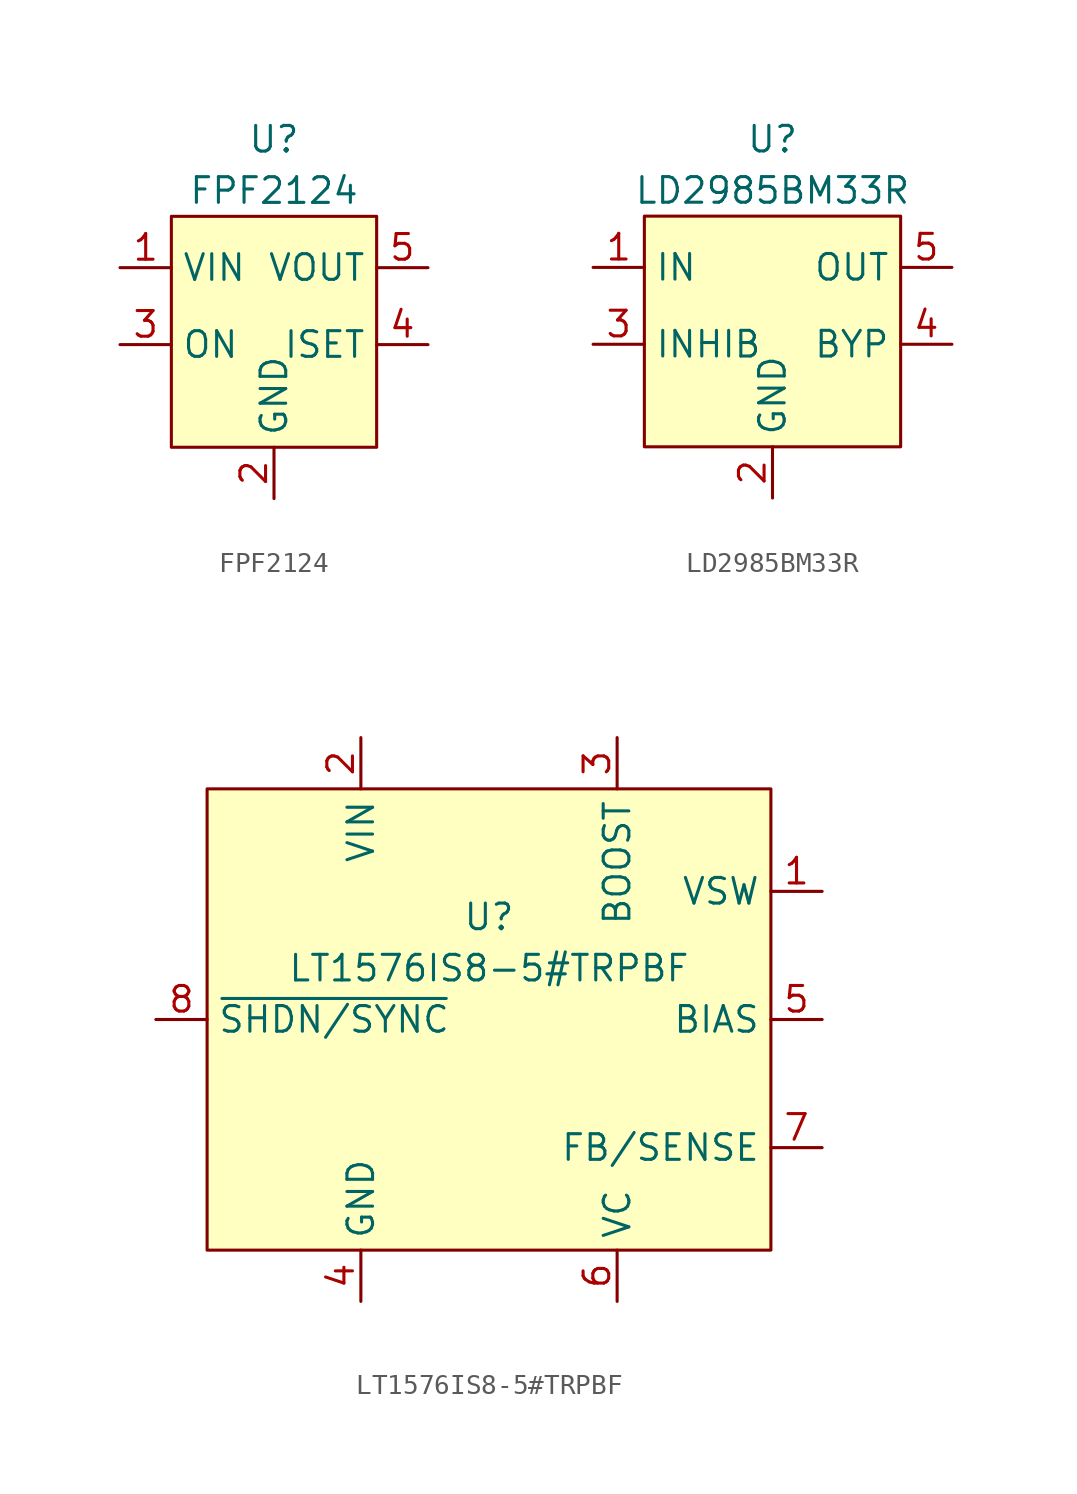
<source format=kicad_sym>
(kicad_symbol_lib
  (version 20211014)
  (generator kicad_symbol_editor)
  (symbol "FPF2124"
    (property "Reference" "U"
      (at 0 10.16 0)
      (effects (font (size 1.27 1.27))))
    (property "Value" "FPF2124"
      (at 0 7.62 0)
      (effects (font (size 1.27 1.27))))
    (symbol "FPF2124_0_1"
      (rectangle (start -5.08 6.35) (end 5.08 -5.08) (stroke (width 0) (type default) (color 0 0 0 0)) (fill (type background))))
    (symbol "FPF2124_1_1"
      (pin power_in line (at -7.62 3.81 0) (length 2.54) (name "VIN" (effects (font (size 1.27 1.27)))) (number "1" (effects (font (size 1.27 1.27)))))
      (pin power_in line (at 0 -7.62 90) (length 2.54) (name "GND" (effects (font (size 1.27 1.27)))) (number "2" (effects (font (size 1.27 1.27)))))
      (pin input line (at -7.62 0 0) (length 2.54) (name "ON" (effects (font (size 1.27 1.27)))) (number "3" (effects (font (size 1.27 1.27)))))
      (pin power_in line (at 7.62 0 180) (length 2.54) (name "ISET" (effects (font (size 1.27 1.27)))) (number "4" (effects (font (size 1.27 1.27)))))
      (pin power_out line (at 7.62 3.81 180) (length 2.54) (name "VOUT" (effects (font (size 1.27 1.27)))) (number "5" (effects (font (size 1.27 1.27)))))))
  (symbol "LD2985BM33R"
    (property "Reference" "U"
      (at 0 6.35 0)
      (effects (font (size 1.27 1.27))))
    (property "Value" "LD2985BM33R"
      (at 0 3.81 0)
      (effects (font (size 1.27 1.27))))
    (symbol "LD2985BM33R_0_1"
      (rectangle (start -6.35 2.54) (end 6.35 -8.89) (stroke (width 0) (type default) (color 0 0 0 0)) (fill (type background))))
    (symbol "LD2985BM33R_1_1"
      (pin power_in line (at -8.89 0 0) (length 2.54) (name "IN" (effects (font (size 1.27 1.27)))) (number "1" (effects (font (size 1.27 1.27)))))
      (pin power_out line (at 0 -11.43 90) (length 2.54) (name "GND" (effects (font (size 1.27 1.27)))) (number "2" (effects (font (size 1.27 1.27)))))
      (pin input line (at -8.89 -3.81 0) (length 2.54) (name "INHIB" (effects (font (size 1.27 1.27)))) (number "3" (effects (font (size 1.27 1.27)))))
      (pin input line (at 8.89 -3.81 180) (length 2.54) (name "BYP" (effects (font (size 1.27 1.27)))) (number "4" (effects (font (size 1.27 1.27)))))
      (pin power_out line (at 8.89 0 180) (length 2.54) (name "OUT" (effects (font (size 1.27 1.27)))) (number "5" (effects (font (size 1.27 1.27)))))))
  (symbol "LT1576IS8-5#TRPBF"
    (property "Reference" "U"
      (at 0 5.08 0)
      (effects (font (size 1.27 1.27))))
    (property "Value" "LT1576IS8-5#TRPBF"
      (at 0 2.54 0)
      (effects (font (size 1.27 1.27))))
    (symbol "LT1576IS8-5#TRPBF_0_1"
      (rectangle (start -13.97 11.43) (end 13.97 -11.43) (stroke (width 0) (type default) (color 0 0 0 0)) (fill (type background))))
    (symbol "LT1576IS8-5#TRPBF_1_1"
      (pin power_out line (at 16.51 6.35 180) (length 2.54) (name "VSW" (effects (font (size 1.27 1.27)))) (number "1" (effects (font (size 1.27 1.27)))))
      (pin power_in line (at -6.35 13.97 270) (length 2.54) (name "VIN" (effects (font (size 1.27 1.27)))) (number "2" (effects (font (size 1.27 1.27)))))
      (pin output line (at 6.35 13.97 270) (length 2.54) (name "BOOST" (effects (font (size 1.27 1.27)))) (number "3" (effects (font (size 1.27 1.27)))))
      (pin power_in line (at -6.35 -13.97 90) (length 2.54) (name "GND" (effects (font (size 1.27 1.27)))) (number "4" (effects (font (size 1.27 1.27)))))
      (pin input line (at 16.51 0 180) (length 2.54) (name "BIAS" (effects (font (size 1.27 1.27)))) (number "5" (effects (font (size 1.27 1.27)))))
      (pin input line (at 6.35 -13.97 90) (length 2.54) (name "VC" (effects (font (size 1.27 1.27)))) (number "6" (effects (font (size 1.27 1.27)))))
      (pin input line (at 16.51 -6.35 180) (length 2.54) (name "FB/SENSE" (effects (font (size 1.27 1.27)))) (number "7" (effects (font (size 1.27 1.27)))))
      (pin input line (at -16.51 0 0) (length 2.54) (name "~{SHDN/SYNC}" (effects (font (size 1.27 1.27)))) (number "8" (effects (font (size 1.27 1.27))))))))
</source>
